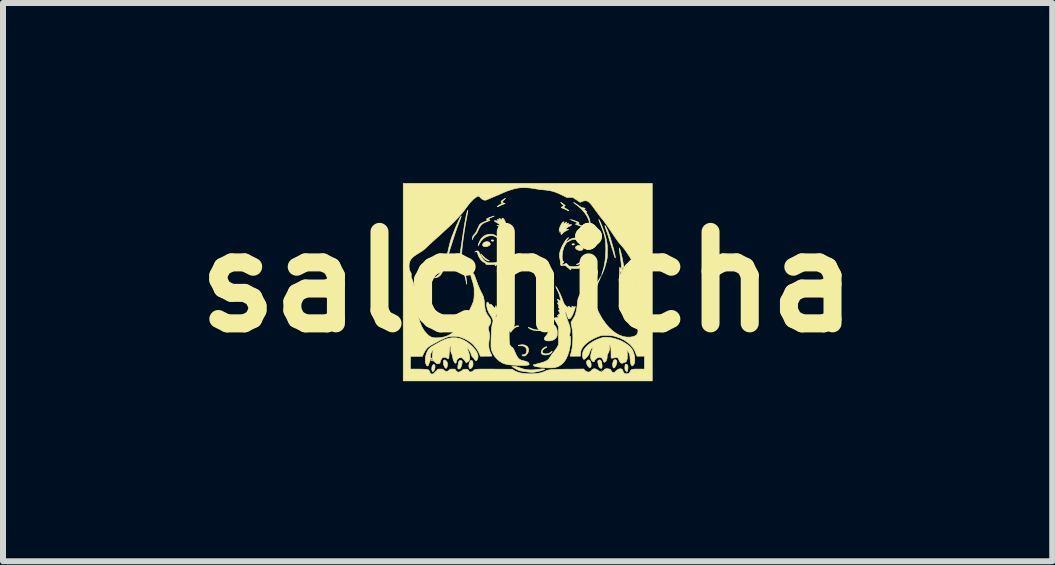
<source format=kicad_pcb>
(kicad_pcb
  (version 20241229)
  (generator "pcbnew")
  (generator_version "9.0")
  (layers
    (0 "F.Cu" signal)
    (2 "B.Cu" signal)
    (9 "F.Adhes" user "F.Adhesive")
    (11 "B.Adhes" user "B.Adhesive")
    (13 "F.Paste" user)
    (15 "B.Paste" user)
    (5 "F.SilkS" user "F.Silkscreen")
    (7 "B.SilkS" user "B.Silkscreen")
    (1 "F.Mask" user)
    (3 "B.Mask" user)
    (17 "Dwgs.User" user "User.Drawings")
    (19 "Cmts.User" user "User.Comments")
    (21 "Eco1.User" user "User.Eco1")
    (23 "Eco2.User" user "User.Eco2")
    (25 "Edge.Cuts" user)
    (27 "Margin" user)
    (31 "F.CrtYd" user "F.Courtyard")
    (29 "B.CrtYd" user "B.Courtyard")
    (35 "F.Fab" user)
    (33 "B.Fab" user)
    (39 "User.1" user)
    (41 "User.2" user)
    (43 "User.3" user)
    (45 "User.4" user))
  (footprint "salchicha"
    (layer "F.Cu")
    (at 5.74 1.648)
    (property "Reference" "salchicha" (at 0 0 0) (layer "F.SilkS") (effects (font (size 1.524 1.524) (thickness 0.3))))
    (attr through_hole)
    (fp_poly (pts (xy -1.626 1.493) (xy -1.628 1.496) (xy -1.631 1.493) (xy -1.628 1.49) (xy -1.626 1.493)) (stroke (width 0.01) (type solid)) (fill yes) (layer "F.SilkS"))
    (fp_poly (pts (xy -1.547 1.504) (xy -1.549 1.507) (xy -1.552 1.504) (xy -1.549 1.501) (xy -1.547 1.504)) (stroke (width 0.01) (type solid)) (fill yes) (layer "F.SilkS"))
    (fp_poly (pts (xy 0.711 -1.041) (xy 0.708 -1.039) (xy 0.706 -1.041) (xy 0.708 -1.044) (xy 0.711 -1.041)) (stroke (width 0.01) (type solid)) (fill yes) (layer "F.SilkS"))
    (fp_poly (pts (xy 1.225 -0.093) (xy 1.222 -0.09) (xy 1.219 -0.093) (xy 1.222 -0.096) (xy 1.225 -0.093)) (stroke (width 0.01) (type solid)) (fill yes) (layer "F.SilkS"))
    (fp_poly (pts (xy 1.23 -0.104) (xy 1.228 -0.102) (xy 1.225 -0.104) (xy 1.228 -0.107) (xy 1.23 -0.104)) (stroke (width 0.01) (type solid)) (fill yes) (layer "F.SilkS"))
    (fp_poly (pts (xy 1.236 1.482) (xy 1.233 1.484) (xy 1.23 1.482) (xy 1.233 1.479) (xy 1.236 1.482)) (stroke (width 0.01) (type solid)) (fill yes) (layer "F.SilkS"))
    (fp_poly (pts (xy 1.654 1.499) (xy 1.651 1.501) (xy 1.648 1.499) (xy 1.651 1.496) (xy 1.654 1.499)) (stroke (width 0.01) (type solid)) (fill yes) (layer "F.SilkS"))
    (fp_poly (pts (xy 0.776 -0.634) (xy 0.782 -0.63) (xy 0.778 -0.623) (xy 0.768 -0.617) (xy 0.755 -0.615) (xy 0.744 -0.619) (xy 0.742 -0.621) (xy 0.741 -0.63) (xy 0.748 -0.636) (xy 0.761 -0.638) (xy 0.776 -0.634)) (stroke (width 0.01) (type solid)) (fill yes) (layer "F.SilkS"))
    (fp_poly (pts (xy -1.593 1.294) (xy -1.592 1.305) (xy -1.587 1.309) (xy -1.581 1.314) (xy -1.584 1.315) (xy -1.587 1.315) (xy -1.597 1.311) (xy -1.6 1.306) (xy -1.6 1.295) (xy -1.597 1.29) (xy -1.592 1.288) (xy -1.593 1.294)) (stroke (width 0.01) (type solid)) (fill yes) (layer "F.SilkS"))
    (fp_poly (pts (xy -0.571 -0.699) (xy -0.565 -0.692) (xy -0.566 -0.689) (xy -0.572 -0.681) (xy -0.584 -0.679) (xy -0.598 -0.683) (xy -0.601 -0.685) (xy -0.609 -0.692) (xy -0.607 -0.695) (xy -0.599 -0.699) (xy -0.583 -0.702) (xy -0.571 -0.699)) (stroke (width 0.01) (type solid)) (fill yes) (layer "F.SilkS"))
    (fp_poly (pts (xy -1.554 1.375) (xy -1.546 1.387) (xy -1.543 1.397) (xy -1.543 1.43) (xy -1.553 1.462) (xy -1.559 1.474) (xy -1.571 1.489) (xy -1.58 1.493) (xy -1.587 1.488) (xy -1.592 1.476) (xy -1.597 1.449) (xy -1.595 1.422) (xy -1.588 1.399) (xy -1.579 1.384) (xy -1.565 1.374) (xy -1.554 1.375)) (stroke (width 0.01) (type solid)) (fill yes) (layer "F.SilkS"))
    (fp_poly (pts (xy -0.739 -0.428) (xy -0.718 -0.409) (xy -0.695 -0.39) (xy -0.675 -0.375) (xy -0.67 -0.373) (xy -0.654 -0.363) (xy -0.642 -0.356) (xy -0.638 -0.352) (xy -0.639 -0.351) (xy -0.645 -0.352) (xy -0.658 -0.355) (xy -0.662 -0.356) (xy -0.692 -0.366) (xy -0.717 -0.382) (xy -0.739 -0.406) (xy -0.76 -0.437) (xy -0.776 -0.466) (xy -0.739 -0.428)) (stroke (width 0.01) (type solid)) (fill yes) (layer "F.SilkS"))
    (fp_poly (pts (xy -1.371 1.304) (xy -1.362 1.309) (xy -1.346 1.326) (xy -1.336 1.349) (xy -1.334 1.378) (xy -1.34 1.41) (xy -1.344 1.424) (xy -1.352 1.436) (xy -1.362 1.438) (xy -1.374 1.429) (xy -1.386 1.41) (xy -1.396 1.387) (xy -1.402 1.362) (xy -1.404 1.339) (xy -1.403 1.319) (xy -1.397 1.307) (xy -1.389 1.3) (xy -1.382 1.299) (xy -1.371 1.304)) (stroke (width 0.01) (type solid)) (fill yes) (layer "F.SilkS"))
    (fp_poly (pts (xy 0.881 -0.605) (xy 0.901 -0.593) (xy 0.917 -0.577) (xy 0.925 -0.558) (xy 0.925 -0.553) (xy 0.921 -0.54) (xy 0.908 -0.531) (xy 0.889 -0.526) (xy 0.867 -0.526) (xy 0.844 -0.53) (xy 0.828 -0.537) (xy 0.809 -0.551) (xy 0.799 -0.566) (xy 0.799 -0.581) (xy 0.807 -0.592) (xy 0.823 -0.601) (xy 0.843 -0.608) (xy 0.859 -0.61) (xy 0.881 -0.605)) (stroke (width 0.01) (type solid)) (fill yes) (layer "F.SilkS"))
    (fp_poly (pts (xy 0.94 -0.38) (xy 0.933 -0.364) (xy 0.931 -0.362) (xy 0.912 -0.335) (xy 0.885 -0.312) (xy 0.853 -0.297) (xy 0.85 -0.296) (xy 0.828 -0.29) (xy 0.816 -0.288) (xy 0.814 -0.29) (xy 0.823 -0.297) (xy 0.839 -0.305) (xy 0.87 -0.324) (xy 0.903 -0.353) (xy 0.908 -0.358) (xy 0.926 -0.376) (xy 0.937 -0.386) (xy 0.941 -0.387) (xy 0.94 -0.38)) (stroke (width 0.01) (type solid)) (fill yes) (layer "F.SilkS"))
    (fp_poly (pts (xy 1.031 1.303) (xy 1.042 1.317) (xy 1.051 1.337) (xy 1.057 1.36) (xy 1.059 1.383) (xy 1.057 1.404) (xy 1.056 1.408) (xy 1.048 1.423) (xy 1.037 1.427) (xy 1.024 1.421) (xy 1.015 1.413) (xy 0.997 1.389) (xy 0.986 1.365) (xy 0.982 1.342) (xy 0.984 1.322) (xy 0.994 1.307) (xy 1.01 1.299) (xy 1.02 1.298) (xy 1.031 1.303)) (stroke (width 0.01) (type solid)) (fill yes) (layer "F.SilkS"))
    (fp_poly (pts (xy 1.467 1.295) (xy 1.481 1.305) (xy 1.482 1.307) (xy 1.488 1.325) (xy 1.486 1.349) (xy 1.476 1.379) (xy 1.473 1.388) (xy 1.459 1.414) (xy 1.447 1.429) (xy 1.436 1.433) (xy 1.427 1.426) (xy 1.423 1.419) (xy 1.418 1.397) (xy 1.417 1.369) (xy 1.421 1.341) (xy 1.43 1.316) (xy 1.438 1.302) (xy 1.452 1.294) (xy 1.467 1.295)) (stroke (width 0.01) (type solid)) (fill yes) (layer "F.SilkS"))
    (fp_poly (pts (xy -0.921 1.315) (xy -0.913 1.33) (xy -0.91 1.35) (xy -0.909 1.372) (xy -0.913 1.395) (xy -0.922 1.416) (xy -0.928 1.425) (xy -0.943 1.44) (xy -0.956 1.444) (xy -0.967 1.439) (xy -0.971 1.433) (xy -0.977 1.414) (xy -0.978 1.389) (xy -0.975 1.363) (xy -0.968 1.34) (xy -0.965 1.333) (xy -0.956 1.318) (xy -0.947 1.309) (xy -0.945 1.307) (xy -0.931 1.307) (xy -0.921 1.315)) (stroke (width 0.01) (type solid)) (fill yes) (layer "F.SilkS"))
    (fp_poly (pts (xy 1.651 1.373) (xy 1.663 1.381) (xy 1.669 1.391) (xy 1.671 1.406) (xy 1.672 1.427) (xy 1.67 1.451) (xy 1.667 1.473) (xy 1.666 1.477) (xy 1.662 1.489) (xy 1.657 1.492) (xy 1.65 1.49) (xy 1.634 1.48) (xy 1.624 1.463) (xy 1.621 1.438) (xy 1.621 1.416) (xy 1.623 1.396) (xy 1.626 1.379) (xy 1.63 1.371) (xy 1.63 1.371) (xy 1.639 1.369) (xy 1.651 1.373)) (stroke (width 0.01) (type solid)) (fill yes) (layer "F.SilkS"))
    (fp_poly (pts (xy -0.645 -0.666) (xy -0.635 -0.658) (xy -0.625 -0.645) (xy -0.621 -0.634) (xy -0.621 -0.633) (xy -0.626 -0.619) (xy -0.64 -0.607) (xy -0.659 -0.597) (xy -0.682 -0.59) (xy -0.704 -0.588) (xy -0.724 -0.59) (xy -0.739 -0.598) (xy -0.739 -0.598) (xy -0.748 -0.609) (xy -0.75 -0.618) (xy -0.746 -0.632) (xy -0.745 -0.635) (xy -0.733 -0.652) (xy -0.714 -0.664) (xy -0.691 -0.671) (xy -0.667 -0.672) (xy -0.645 -0.666)) (stroke (width 0.01) (type solid)) (fill yes) (layer "F.SilkS"))
    (fp_poly (pts (xy 1.215 1.303) (xy 1.226 1.317) (xy 1.229 1.324) (xy 1.235 1.346) (xy 1.239 1.373) (xy 1.241 1.399) (xy 1.241 1.419) (xy 1.24 1.425) (xy 1.233 1.436) (xy 1.221 1.439) (xy 1.206 1.432) (xy 1.2 1.426) (xy 1.188 1.41) (xy 1.18 1.387) (xy 1.173 1.355) (xy 1.171 1.34) (xy 1.169 1.323) (xy 1.171 1.314) (xy 1.176 1.308) (xy 1.181 1.305) (xy 1.2 1.298) (xy 1.215 1.303)) (stroke (width 0.01) (type solid)) (fill yes) (layer "F.SilkS"))
    (fp_poly (pts (xy -1.103 1.309) (xy -1.098 1.313) (xy -1.092 1.321) (xy -1.091 1.332) (xy -1.092 1.35) (xy -1.092 1.354) (xy -1.097 1.38) (xy -1.105 1.405) (xy -1.114 1.427) (xy -1.124 1.441) (xy -1.129 1.445) (xy -1.146 1.45) (xy -1.157 1.447) (xy -1.161 1.441) (xy -1.162 1.43) (xy -1.162 1.411) (xy -1.159 1.387) (xy -1.155 1.363) (xy -1.151 1.342) (xy -1.146 1.326) (xy -1.145 1.324) (xy -1.134 1.31) (xy -1.119 1.305) (xy -1.103 1.309)) (stroke (width 0.01) (type solid)) (fill yes) (layer "F.SilkS"))
    (fp_poly (pts (xy -0.154 0.731) (xy -0.147 0.733) (xy -0.146 0.736) (xy -0.154 0.739) (xy -0.171 0.744) (xy -0.175 0.745) (xy -0.194 0.752) (xy -0.211 0.76) (xy -0.227 0.773) (xy -0.244 0.791) (xy -0.266 0.816) (xy -0.272 0.825) (xy -0.281 0.835) (xy -0.287 0.84) (xy -0.288 0.839) (xy -0.285 0.828) (xy -0.276 0.811) (xy -0.263 0.792) (xy -0.247 0.774) (xy -0.24 0.766) (xy -0.213 0.744) (xy -0.187 0.732) (xy -0.161 0.73) (xy -0.154 0.731)) (stroke (width 0.01) (type solid)) (fill yes) (layer "F.SilkS"))
    (fp_poly (pts (xy -0.37 -1.391) (xy -0.381 -1.38) (xy -0.391 -1.371) (xy -0.409 -1.352) (xy -0.418 -1.339) (xy -0.419 -1.329) (xy -0.41 -1.32) (xy -0.396 -1.314) (xy -0.375 -1.306) (xy -0.409 -1.293) (xy -0.433 -1.284) (xy -0.457 -1.273) (xy -0.469 -1.267) (xy -0.489 -1.258) (xy -0.502 -1.253) (xy -0.507 -1.255) (xy -0.505 -1.259) (xy -0.499 -1.264) (xy -0.486 -1.273) (xy -0.467 -1.284) (xy -0.462 -1.288) (xy -0.421 -1.311) (xy -0.434 -1.322) (xy -0.442 -1.33) (xy -0.443 -1.339) (xy -0.436 -1.349) (xy -0.42 -1.362) (xy -0.408 -1.37) (xy -0.386 -1.385) (xy -0.372 -1.393) (xy -0.367 -1.395) (xy -0.37 -1.391)) (stroke (width 0.01) (type solid)) (fill yes) (layer "F.SilkS"))
    (fp_poly (pts (xy 0.321 1.083) (xy 0.314 1.09) (xy 0.297 1.1) (xy 0.293 1.102) (xy 0.273 1.116) (xy 0.256 1.133) (xy 0.246 1.15) (xy 0.243 1.162) (xy 0.246 1.17) (xy 0.255 1.182) (xy 0.257 1.183) (xy 0.274 1.193) (xy 0.298 1.197) (xy 0.325 1.196) (xy 0.352 1.189) (xy 0.376 1.178) (xy 0.389 1.168) (xy 0.402 1.156) (xy 0.409 1.153) (xy 0.408 1.159) (xy 0.4 1.173) (xy 0.384 1.191) (xy 0.36 1.204) (xy 0.33 1.213) (xy 0.298 1.216) (xy 0.27 1.214) (xy 0.245 1.205) (xy 0.231 1.191) (xy 0.226 1.171) (xy 0.232 1.147) (xy 0.237 1.134) (xy 0.253 1.113) (xy 0.277 1.094) (xy 0.302 1.082) (xy 0.306 1.081) (xy 0.318 1.08) (xy 0.321 1.083)) (stroke (width 0.01) (type solid)) (fill yes) (layer "F.SilkS"))
    (fp_poly (pts (xy 0.565 -1.32) (xy 0.582 -1.308) (xy 0.598 -1.296) (xy 0.628 -1.273) (xy 0.613 -1.261) (xy 0.597 -1.249) (xy 0.613 -1.238) (xy 0.628 -1.228) (xy 0.647 -1.217) (xy 0.656 -1.212) (xy 0.671 -1.202) (xy 0.683 -1.194) (xy 0.686 -1.191) (xy 0.686 -1.186) (xy 0.679 -1.186) (xy 0.665 -1.192) (xy 0.652 -1.2) (xy 0.634 -1.209) (xy 0.611 -1.219) (xy 0.594 -1.225) (xy 0.576 -1.232) (xy 0.563 -1.238) (xy 0.559 -1.241) (xy 0.563 -1.246) (xy 0.575 -1.252) (xy 0.577 -1.253) (xy 0.59 -1.261) (xy 0.597 -1.268) (xy 0.597 -1.269) (xy 0.595 -1.276) (xy 0.585 -1.289) (xy 0.571 -1.303) (xy 0.569 -1.305) (xy 0.556 -1.319) (xy 0.551 -1.325) (xy 0.554 -1.326) (xy 0.565 -1.32)) (stroke (width 0.01) (type solid)) (fill yes) (layer "F.SilkS"))
    (fp_poly (pts (xy 1.215 -0.08) (xy 1.21 -0.067) (xy 1.203 -0.049) (xy 1.199 -0.041) (xy 1.177 0.007) (xy 1.161 0.048) (xy 1.149 0.083) (xy 1.14 0.114) (xy 1.134 0.145) (xy 1.131 0.176) (xy 1.131 0.183) (xy 1.13 0.217) (xy 1.131 0.244) (xy 1.135 0.268) (xy 1.137 0.276) (xy 1.141 0.295) (xy 1.144 0.309) (xy 1.143 0.315) (xy 1.14 0.312) (xy 1.133 0.301) (xy 1.128 0.29) (xy 1.121 0.27) (xy 1.115 0.245) (xy 1.11 0.219) (xy 1.11 0.219) (xy 1.108 0.188) (xy 1.109 0.158) (xy 1.115 0.126) (xy 1.126 0.092) (xy 1.142 0.053) (xy 1.164 0.008) (xy 1.184 -0.03) (xy 1.197 -0.052) (xy 1.207 -0.07) (xy 1.214 -0.081) (xy 1.217 -0.085) (xy 1.215 -0.08)) (stroke (width 0.01) (type solid)) (fill yes) (layer "F.SilkS"))
    (fp_poly (pts (xy -0.055 1.049) (xy -0.023 1.063) (xy -0.007 1.074) (xy 0.009 1.097) (xy 0.016 1.125) (xy 0.014 1.155) (xy 0.009 1.171) (xy 0.000468 1.187) (xy -0.012 1.204) (xy -0.026 1.218) (xy -0.038 1.228) (xy -0.045 1.23) (xy -0.054 1.232) (xy -0.057 1.233) (xy -0.068 1.233) (xy -0.077 1.231) (xy -0.09 1.223) (xy -0.093 1.217) (xy -0.084 1.214) (xy -0.077 1.214) (xy -0.052 1.211) (xy -0.035 1.201) (xy -0.023 1.183) (xy -0.019 1.173) (xy -0.013 1.141) (xy -0.018 1.114) (xy -0.031 1.091) (xy -0.053 1.074) (xy -0.082 1.064) (xy -0.118 1.062) (xy -0.124 1.062) (xy -0.145 1.063) (xy -0.156 1.062) (xy -0.156 1.058) (xy -0.145 1.054) (xy -0.133 1.051) (xy -0.092 1.045) (xy -0.055 1.049)) (stroke (width 0.01) (type solid)) (fill yes) (layer "F.SilkS"))
    (fp_poly (pts (xy 1.292 -0.938) (xy 1.299 -0.929) (xy 1.308 -0.912) (xy 1.319 -0.89) (xy 1.331 -0.864) (xy 1.34 -0.842) (xy 1.352 -0.811) (xy 1.365 -0.774) (xy 1.378 -0.734) (xy 1.391 -0.691) (xy 1.404 -0.647) (xy 1.417 -0.602) (xy 1.429 -0.56) (xy 1.439 -0.519) (xy 1.448 -0.483) (xy 1.455 -0.451) (xy 1.46 -0.426) (xy 1.462 -0.409) (xy 1.461 -0.401) (xy 1.46 -0.401) (xy 1.457 -0.406) (xy 1.452 -0.42) (xy 1.445 -0.44) (xy 1.436 -0.466) (xy 1.434 -0.473) (xy 1.426 -0.501) (xy 1.415 -0.537) (xy 1.402 -0.577) (xy 1.389 -0.62) (xy 1.377 -0.661) (xy 1.375 -0.666) (xy 1.362 -0.707) (xy 1.349 -0.75) (xy 1.336 -0.791) (xy 1.324 -0.828) (xy 1.313 -0.857) (xy 1.312 -0.86) (xy 1.303 -0.887) (xy 1.296 -0.911) (xy 1.29 -0.928) (xy 1.288 -0.938) (xy 1.289 -0.939) (xy 1.292 -0.938)) (stroke (width 0.01) (type solid)) (fill yes) (layer "F.SilkS"))
    (fp_poly (pts (xy -0.207 1.408) (xy -0.191 1.411) (xy -0.17 1.417) (xy -0.142 1.426) (xy -0.107 1.438) (xy -0.058 1.453) (xy -0.006 1.462) (xy 0.05 1.465) (xy 0.113 1.463) (xy 0.183 1.455) (xy 0.2 1.453) (xy 0.228 1.449) (xy 0.252 1.448) (xy 0.271 1.448) (xy 0.282 1.45) (xy 0.285 1.454) (xy 0.282 1.457) (xy 0.265 1.465) (xy 0.241 1.473) (xy 0.21 1.482) (xy 0.176 1.49) (xy 0.142 1.497) (xy 0.11 1.503) (xy 0.083 1.506) (xy 0.063 1.506) (xy 0.062 1.506) (xy 0.051 1.505) (xy 0.035 1.503) (xy 0.034 1.503) (xy 0.012 1.501) (xy -0.016 1.497) (xy -0.047 1.493) (xy -0.077 1.488) (xy -0.104 1.484) (xy -0.124 1.48) (xy -0.133 1.478) (xy -0.147 1.473) (xy -0.168 1.463) (xy -0.192 1.45) (xy -0.209 1.44) (xy -0.262 1.408) (xy -0.235 1.407) (xy -0.222 1.406) (xy -0.207 1.408)) (stroke (width 0.01) (type solid)) (fill yes) (layer "F.SilkS"))
    (fp_poly (pts (xy 0.774 -1.323) (xy 0.784 -1.317) (xy 0.8 -1.306) (xy 0.815 -1.296) (xy 0.844 -1.276) (xy 0.866 -1.261) (xy 0.883 -1.251) (xy 0.897 -1.244) (xy 0.91 -1.239) (xy 0.924 -1.236) (xy 0.927 -1.235) (xy 0.947 -1.231) (xy 0.958 -1.226) (xy 0.958 -1.222) (xy 0.947 -1.219) (xy 0.944 -1.218) (xy 0.936 -1.217) (xy 0.934 -1.214) (xy 0.94 -1.209) (xy 0.954 -1.199) (xy 0.955 -1.198) (xy 0.972 -1.185) (xy 0.981 -1.175) (xy 0.981 -1.169) (xy 0.977 -1.168) (xy 0.976 -1.164) (xy 0.981 -1.152) (xy 0.99 -1.136) (xy 0.991 -1.133) (xy 1.003 -1.111) (xy 1.014 -1.09) (xy 1.021 -1.075) (xy 1.028 -1.057) (xy 1.034 -1.033) (xy 1.04 -1.005) (xy 1.045 -0.978) (xy 1.048 -0.955) (xy 1.049 -0.939) (xy 1.049 -0.939) (xy 1.047 -0.934) (xy 1.044 -0.939) (xy 1.041 -0.955) (xy 1.039 -0.962) (xy 1.02 -1.029) (xy 0.991 -1.093) (xy 0.951 -1.154) (xy 0.899 -1.213) (xy 0.837 -1.269) (xy 0.8 -1.297) (xy 0.784 -1.31) (xy 0.773 -1.319) (xy 0.768 -1.324) (xy 0.768 -1.324) (xy 0.769 -1.325) (xy 0.774 -1.323)) (stroke (width 0.01) (type solid)) (fill yes) (layer "F.SilkS"))
    (fp_poly (pts (xy 1.194 -1.031) (xy 1.198 -1.024) (xy 1.221 -0.977) (xy 1.244 -0.921) (xy 1.266 -0.86) (xy 1.287 -0.798) (xy 1.304 -0.737) (xy 1.314 -0.694) (xy 1.319 -0.667) (xy 1.323 -0.643) (xy 1.326 -0.62) (xy 1.328 -0.595) (xy 1.329 -0.564) (xy 1.329 -0.526) (xy 1.329 -0.516) (xy 1.329 -0.476) (xy 1.328 -0.444) (xy 1.327 -0.418) (xy 1.325 -0.396) (xy 1.321 -0.375) (xy 1.316 -0.352) (xy 1.316 -0.35) (xy 1.305 -0.309) (xy 1.291 -0.261) (xy 1.275 -0.213) (xy 1.257 -0.167) (xy 1.248 -0.145) (xy 1.24 -0.127) (xy 1.235 -0.12) (xy 1.235 -0.121) (xy 1.238 -0.132) (xy 1.244 -0.152) (xy 1.248 -0.162) (xy 1.264 -0.214) (xy 1.278 -0.275) (xy 1.289 -0.343) (xy 1.297 -0.416) (xy 1.302 -0.492) (xy 1.303 -0.569) (xy 1.302 -0.595) (xy 1.3 -0.64) (xy 1.298 -0.679) (xy 1.293 -0.714) (xy 1.287 -0.749) (xy 1.278 -0.784) (xy 1.267 -0.823) (xy 1.251 -0.866) (xy 1.232 -0.916) (xy 1.219 -0.95) (xy 1.205 -0.986) (xy 1.194 -1.013) (xy 1.188 -1.032) (xy 1.186 -1.041) (xy 1.188 -1.041) (xy 1.194 -1.031)) (stroke (width 0.01) (type solid)) (fill yes) (layer "F.SilkS"))
    (fp_poly (pts (xy -1.108 -1.087) (xy -1.111 -1.078) (xy -1.118 -1.06) (xy -1.126 -1.036) (xy -1.137 -1.009) (xy -1.143 -0.993) (xy -1.159 -0.95) (xy -1.178 -0.897) (xy -1.199 -0.837) (xy -1.221 -0.77) (xy -1.244 -0.699) (xy -1.268 -0.625) (xy -1.292 -0.549) (xy -1.306 -0.502) (xy -1.329 -0.428) (xy -1.351 -0.36) (xy -1.371 -0.3) (xy -1.389 -0.248) (xy -1.405 -0.204) (xy -1.419 -0.169) (xy -1.431 -0.145) (xy -1.435 -0.137) (xy -1.459 -0.106) (xy -1.487 -0.085) (xy -1.518 -0.074) (xy -1.537 -0.07) (xy -1.548 -0.068) (xy -1.552 -0.069) (xy -1.552 -0.07) (xy -1.548 -0.074) (xy -1.536 -0.08) (xy -1.532 -0.083) (xy -1.511 -0.096) (xy -1.487 -0.117) (xy -1.463 -0.143) (xy -1.441 -0.172) (xy -1.427 -0.193) (xy -1.409 -0.227) (xy -1.391 -0.27) (xy -1.374 -0.319) (xy -1.359 -0.372) (xy -1.347 -0.418) (xy -1.341 -0.447) (xy -1.332 -0.483) (xy -1.324 -0.523) (xy -1.315 -0.562) (xy -1.312 -0.576) (xy -1.303 -0.613) (xy -1.295 -0.645) (xy -1.287 -0.676) (xy -1.277 -0.707) (xy -1.266 -0.741) (xy -1.252 -0.778) (xy -1.234 -0.822) (xy -1.218 -0.864) (xy -1.199 -0.91) (xy -1.18 -0.954) (xy -1.162 -0.994) (xy -1.146 -1.029) (xy -1.132 -1.057) (xy -1.121 -1.078) (xy -1.115 -1.087) (xy -1.105 -1.098) (xy -1.108 -1.087)) (stroke (width 0.01) (type solid)) (fill yes) (layer "F.SilkS"))
    (fp_poly (pts (xy -0.555 -1.099) (xy -0.559 -1.096) (xy -0.571 -1.09) (xy -0.59 -1.082) (xy -0.598 -1.079) (xy -0.626 -1.067) (xy -0.643 -1.057) (xy -0.651 -1.05) (xy -0.65 -1.043) (xy -0.641 -1.039) (xy -0.631 -1.033) (xy -0.627 -1.028) (xy -0.631 -1.024) (xy -0.645 -1.018) (xy -0.663 -1.011) (xy -0.665 -1.01) (xy -0.708 -0.994) (xy -0.742 -0.976) (xy -0.769 -0.953) (xy -0.792 -0.924) (xy -0.813 -0.887) (xy -0.823 -0.865) (xy -0.834 -0.84) (xy -0.845 -0.819) (xy -0.855 -0.803) (xy -0.86 -0.797) (xy -0.873 -0.784) (xy -0.887 -0.77) (xy -0.887 -0.77) (xy -0.899 -0.755) (xy -0.908 -0.736) (xy -0.911 -0.729) (xy -0.919 -0.703) (xy -0.919 -0.724) (xy -0.917 -0.748) (xy -0.908 -0.77) (xy -0.891 -0.791) (xy -0.887 -0.795) (xy -0.878 -0.804) (xy -0.869 -0.815) (xy -0.86 -0.829) (xy -0.85 -0.849) (xy -0.838 -0.874) (xy -0.823 -0.908) (xy -0.812 -0.93) (xy -0.804 -0.948) (xy -0.794 -0.961) (xy -0.78 -0.973) (xy -0.761 -0.984) (xy -0.734 -0.997) (xy -0.722 -1.002) (xy -0.701 -1.011) (xy -0.684 -1.019) (xy -0.674 -1.023) (xy -0.673 -1.024) (xy -0.674 -1.03) (xy -0.678 -1.038) (xy -0.682 -1.05) (xy -0.68 -1.055) (xy -0.673 -1.058) (xy -0.658 -1.064) (xy -0.638 -1.072) (xy -0.616 -1.08) (xy -0.594 -1.088) (xy -0.575 -1.094) (xy -0.561 -1.098) (xy -0.555 -1.099) (xy -0.555 -1.099)) (stroke (width 0.01) (type solid)) (fill yes) (layer "F.SilkS"))
    (fp_poly (pts (xy -0.995 -1.195) (xy -0.995 -1.191) (xy -0.996 -1.183) (xy -0.998 -1.17) (xy -1.001 -1.15) (xy -1.006 -1.122) (xy -1.013 -1.086) (xy -1.021 -1.04) (xy -1.025 -1.023) (xy -1.042 -0.926) (xy -1.057 -0.831) (xy -1.07 -0.741) (xy -1.081 -0.656) (xy -1.09 -0.578) (xy -1.096 -0.507) (xy -1.1 -0.445) (xy -1.101 -0.404) (xy -1.098 -0.347) (xy -1.089 -0.297) (xy -1.074 -0.248) (xy -1.065 -0.228) (xy -1.056 -0.205) (xy -1.048 -0.185) (xy -1.042 -0.164) (xy -1.037 -0.142) (xy -1.032 -0.114) (xy -1.026 -0.08) (xy -1.022 -0.049) (xy -1.018 -0.016) (xy -1.015 0.01) (xy -1.013 0.028) (xy -1.013 0.038) (xy -1.014 0.038) (xy -1.017 0.029) (xy -1.021 0.009) (xy -1.021 0.008) (xy -1.032 -0.046) (xy -1.045 -0.097) (xy -1.058 -0.145) (xy -1.071 -0.186) (xy -1.081 -0.212) (xy -1.097 -0.252) (xy -1.11 -0.284) (xy -1.119 -0.31) (xy -1.125 -0.332) (xy -1.128 -0.352) (xy -1.13 -0.372) (xy -1.13 -0.392) (xy -1.129 -0.424) (xy -1.126 -0.459) (xy -1.122 -0.491) (xy -1.121 -0.494) (xy -1.118 -0.512) (xy -1.114 -0.54) (xy -1.109 -0.575) (xy -1.102 -0.616) (xy -1.096 -0.66) (xy -1.089 -0.707) (xy -1.087 -0.723) (xy -1.074 -0.808) (xy -1.062 -0.885) (xy -1.051 -0.955) (xy -1.04 -1.018) (xy -1.03 -1.071) (xy -1.021 -1.116) (xy -1.012 -1.151) (xy -1.005 -1.176) (xy -0.999 -1.19) (xy -0.997 -1.193) (xy -0.995 -1.195) (xy -0.995 -1.195)) (stroke (width 0.01) (type solid)) (fill yes) (layer "F.SilkS"))
    (fp_poly (pts (xy 0.437 0.711) (xy 0.453 0.723) (xy 0.467 0.744) (xy 0.476 0.761) (xy 0.485 0.781) (xy 0.49 0.797) (xy 0.493 0.815) (xy 0.494 0.838) (xy 0.494 0.85) (xy 0.494 0.876) (xy 0.492 0.893) (xy 0.489 0.905) (xy 0.484 0.916) (xy 0.477 0.926) (xy 0.452 0.952) (xy 0.421 0.97) (xy 0.382 0.979) (xy 0.361 0.981) (xy 0.335 0.981) (xy 0.316 0.979) (xy 0.3 0.973) (xy 0.299 0.973) (xy 0.284 0.962) (xy 0.277 0.949) (xy 0.28 0.934) (xy 0.293 0.914) (xy 0.304 0.901) (xy 0.324 0.875) (xy 0.337 0.85) (xy 0.339 0.843) (xy 0.343 0.826) (xy 0.343 0.813) (xy 0.338 0.801) (xy 0.335 0.796) (xy 0.326 0.783) (xy 0.315 0.775) (xy 0.313 0.774) (xy 0.303 0.776) (xy 0.286 0.782) (xy 0.265 0.79) (xy 0.262 0.791) (xy 0.243 0.8) (xy 0.227 0.805) (xy 0.21 0.808) (xy 0.19 0.81) (xy 0.167 0.81) (xy 0.115 0.806) (xy 0.071 0.796) (xy 0.036 0.778) (xy 0.022 0.767) (xy 0.014 0.76) (xy 0.011 0.757) (xy 0.014 0.756) (xy 0.023 0.759) (xy 0.042 0.766) (xy 0.062 0.775) (xy 0.09 0.785) (xy 0.111 0.792) (xy 0.129 0.796) (xy 0.149 0.798) (xy 0.169 0.798) (xy 0.19 0.798) (xy 0.209 0.796) (xy 0.226 0.793) (xy 0.244 0.786) (xy 0.266 0.776) (xy 0.293 0.761) (xy 0.328 0.742) (xy 0.328 0.742) (xy 0.365 0.722) (xy 0.394 0.711) (xy 0.417 0.707) (xy 0.437 0.711)) (stroke (width 0.01) (type solid)) (fill yes) (layer "F.SilkS"))
    (fp_poly (pts (xy 0.73 -1.037) (xy 0.747 -1.033) (xy 0.768 -1.026) (xy 0.791 -1.018) (xy 0.814 -1.01) (xy 0.833 -1.002) (xy 0.846 -0.995) (xy 0.848 -0.994) (xy 0.856 -0.985) (xy 0.856 -0.979) (xy 0.853 -0.974) (xy 0.849 -0.968) (xy 0.849 -0.963) (xy 0.855 -0.957) (xy 0.868 -0.95) (xy 0.89 -0.94) (xy 0.902 -0.935) (xy 0.925 -0.925) (xy 0.945 -0.916) (xy 0.959 -0.908) (xy 0.962 -0.907) (xy 0.971 -0.897) (xy 0.981 -0.879) (xy 0.993 -0.854) (xy 0.998 -0.843) (xy 1.014 -0.81) (xy 1.032 -0.778) (xy 1.05 -0.75) (xy 1.052 -0.747) (xy 1.069 -0.724) (xy 1.08 -0.709) (xy 1.087 -0.698) (xy 1.091 -0.688) (xy 1.093 -0.678) (xy 1.095 -0.666) (xy 1.095 -0.665) (xy 1.097 -0.646) (xy 1.095 -0.639) (xy 1.091 -0.642) (xy 1.086 -0.657) (xy 1.084 -0.661) (xy 1.075 -0.68) (xy 1.06 -0.702) (xy 1.049 -0.714) (xy 1.029 -0.739) (xy 1.012 -0.768) (xy 0.999 -0.796) (xy 0.987 -0.822) (xy 0.976 -0.846) (xy 0.965 -0.865) (xy 0.961 -0.872) (xy 0.94 -0.894) (xy 0.912 -0.915) (xy 0.878 -0.933) (xy 0.843 -0.946) (xy 0.843 -0.946) (xy 0.818 -0.953) (xy 0.803 -0.958) (xy 0.799 -0.963) (xy 0.803 -0.968) (xy 0.812 -0.972) (xy 0.824 -0.978) (xy 0.83 -0.983) (xy 0.83 -0.983) (xy 0.825 -0.988) (xy 0.812 -0.996) (xy 0.793 -1.006) (xy 0.772 -1.015) (xy 0.75 -1.023) (xy 0.745 -1.025) (xy 0.73 -1.031) (xy 0.722 -1.035) (xy 0.721 -1.037) (xy 0.73 -1.037)) (stroke (width 0.01) (type solid)) (fill yes) (layer "F.SilkS"))
    (fp_poly (pts (xy 0.607 -1.003) (xy 0.603 -0.995) (xy 0.6 -0.99) (xy 0.594 -0.978) (xy 0.596 -0.973) (xy 0.607 -0.976) (xy 0.624 -0.984) (xy 0.642 -0.994) (xy 0.651 -0.998) (xy 0.652 -0.996) (xy 0.647 -0.989) (xy 0.644 -0.984) (xy 0.635 -0.971) (xy 0.634 -0.965) (xy 0.642 -0.965) (xy 0.656 -0.971) (xy 0.673 -0.978) (xy 0.681 -0.979) (xy 0.681 -0.974) (xy 0.677 -0.965) (xy 0.673 -0.955) (xy 0.675 -0.951) (xy 0.686 -0.952) (xy 0.695 -0.955) (xy 0.712 -0.958) (xy 0.725 -0.957) (xy 0.732 -0.954) (xy 0.731 -0.949) (xy 0.725 -0.944) (xy 0.712 -0.936) (xy 0.698 -0.929) (xy 0.675 -0.917) (xy 0.656 -0.903) (xy 0.643 -0.891) (xy 0.638 -0.881) (xy 0.638 -0.881) (xy 0.643 -0.877) (xy 0.655 -0.875) (xy 0.661 -0.875) (xy 0.684 -0.875) (xy 0.645 -0.855) (xy 0.622 -0.842) (xy 0.601 -0.827) (xy 0.585 -0.813) (xy 0.585 -0.813) (xy 0.573 -0.8) (xy 0.564 -0.792) (xy 0.562 -0.79) (xy 0.559 -0.795) (xy 0.555 -0.805) (xy 0.554 -0.821) (xy 0.555 -0.836) (xy 0.556 -0.849) (xy 0.553 -0.851) (xy 0.545 -0.844) (xy 0.54 -0.837) (xy 0.534 -0.829) (xy 0.533 -0.83) (xy 0.533 -0.833) (xy 0.537 -0.847) (xy 0.54 -0.861) (xy 0.541 -0.871) (xy 0.539 -0.872) (xy 0.536 -0.868) (xy 0.529 -0.859) (xy 0.525 -0.859) (xy 0.525 -0.869) (xy 0.529 -0.887) (xy 0.53 -0.891) (xy 0.541 -0.92) (xy 0.553 -0.947) (xy 0.567 -0.971) (xy 0.58 -0.989) (xy 0.591 -0.998) (xy 0.603 -1.004) (xy 0.607 -1.003)) (stroke (width 0.01) (type solid)) (fill yes) (layer "F.SilkS"))
    (fp_poly (pts (xy -0.42 -1.063) (xy -0.415 -1.062) (xy -0.402 -1.055) (xy -0.388 -1.036) (xy -0.374 -1.005) (xy -0.358 -0.964) (xy -0.358 -0.963) (xy -0.35 -0.94) (xy -0.346 -0.926) (xy -0.346 -0.921) (xy -0.349 -0.923) (xy -0.356 -0.931) (xy -0.356 -0.931) (xy -0.368 -0.945) (xy -0.365 -0.929) (xy -0.361 -0.911) (xy -0.358 -0.897) (xy -0.357 -0.89) (xy -0.359 -0.89) (xy -0.365 -0.9) (xy -0.366 -0.902) (xy -0.374 -0.913) (xy -0.379 -0.92) (xy -0.38 -0.92) (xy -0.381 -0.915) (xy -0.381 -0.902) (xy -0.381 -0.891) (xy -0.382 -0.874) (xy -0.385 -0.863) (xy -0.387 -0.86) (xy -0.394 -0.862) (xy -0.405 -0.871) (xy -0.415 -0.881) (xy -0.432 -0.896) (xy -0.454 -0.912) (xy -0.474 -0.923) (xy -0.511 -0.942) (xy -0.484 -0.939) (xy -0.466 -0.938) (xy -0.458 -0.94) (xy -0.457 -0.941) (xy -0.462 -0.95) (xy -0.474 -0.961) (xy -0.491 -0.975) (xy -0.51 -0.988) (xy -0.525 -0.996) (xy -0.541 -1.005) (xy -0.551 -1.012) (xy -0.553 -1.015) (xy -0.551 -1.022) (xy -0.542 -1.023) (xy -0.524 -1.02) (xy -0.52 -1.019) (xy -0.505 -1.014) (xy -0.494 -1.013) (xy -0.492 -1.013) (xy -0.494 -1.019) (xy -0.499 -1.029) (xy -0.5 -1.03) (xy -0.505 -1.04) (xy -0.502 -1.044) (xy -0.49 -1.041) (xy -0.479 -1.035) (xy -0.465 -1.03) (xy -0.459 -1.031) (xy -0.462 -1.039) (xy -0.469 -1.047) (xy -0.477 -1.056) (xy -0.477 -1.06) (xy -0.47 -1.058) (xy -0.454 -1.051) (xy -0.446 -1.047) (xy -0.427 -1.038) (xy -0.417 -1.034) (xy -0.414 -1.036) (xy -0.417 -1.043) (xy -0.42 -1.047) (xy -0.427 -1.059) (xy -0.427 -1.064) (xy -0.42 -1.063)) (stroke (width 0.01) (type solid)) (fill yes) (layer "F.SilkS"))
    (fp_poly (pts (xy 1.541 -0.537) (xy 1.548 -0.514) (xy 1.557 -0.481) (xy 1.566 -0.443) (xy 1.576 -0.4) (xy 1.584 -0.356) (xy 1.592 -0.313) (xy 1.598 -0.282) (xy 1.601 -0.261) (xy 1.602 -0.247) (xy 1.602 -0.24) (xy 1.6 -0.239) (xy 1.596 -0.241) (xy 1.595 -0.242) (xy 1.587 -0.246) (xy 1.582 -0.24) (xy 1.579 -0.226) (xy 1.579 -0.201) (xy 1.579 -0.188) (xy 1.579 -0.166) (xy 1.579 -0.15) (xy 1.578 -0.142) (xy 1.577 -0.141) (xy 1.574 -0.146) (xy 1.568 -0.157) (xy 1.567 -0.161) (xy 1.559 -0.176) (xy 1.552 -0.18) (xy 1.547 -0.174) (xy 1.544 -0.156) (xy 1.542 -0.127) (xy 1.541 -0.087) (xy 1.542 -0.036) (xy 1.543 -0.023) (xy 1.546 0.058) (xy 1.55 0.127) (xy 1.556 0.185) (xy 1.563 0.231) (xy 1.57 0.265) (xy 1.585 0.31) (xy 1.607 0.358) (xy 1.633 0.405) (xy 1.655 0.437) (xy 1.669 0.457) (xy 1.677 0.471) (xy 1.68 0.477) (xy 1.676 0.476) (xy 1.666 0.467) (xy 1.66 0.46) (xy 1.644 0.44) (xy 1.625 0.413) (xy 1.605 0.383) (xy 1.587 0.354) (xy 1.573 0.33) (xy 1.565 0.312) (xy 1.558 0.296) (xy 1.552 0.28) (xy 1.548 0.261) (xy 1.544 0.24) (xy 1.541 0.214) (xy 1.539 0.183) (xy 1.537 0.144) (xy 1.536 0.096) (xy 1.535 0.06) (xy 1.533 -0.017) (xy 1.531 -0.082) (xy 1.531 -0.136) (xy 1.531 -0.18) (xy 1.532 -0.212) (xy 1.533 -0.233) (xy 1.535 -0.244) (xy 1.538 -0.243) (xy 1.539 -0.242) (xy 1.548 -0.227) (xy 1.554 -0.223) (xy 1.559 -0.229) (xy 1.562 -0.244) (xy 1.563 -0.268) (xy 1.561 -0.295) (xy 1.559 -0.317) (xy 1.555 -0.347) (xy 1.551 -0.382) (xy 1.546 -0.418) (xy 1.543 -0.433) (xy 1.539 -0.466) (xy 1.535 -0.496) (xy 1.532 -0.522) (xy 1.53 -0.54) (xy 1.53 -0.546) (xy 1.53 -0.567) (xy 1.541 -0.537)) (stroke (width 0.01) (type solid)) (fill yes) (layer "F.SilkS"))
    (fp_poly (pts (xy 1.331 0.922) (xy 1.388 0.928) (xy 1.447 0.941) (xy 1.506 0.96) (xy 1.562 0.983) (xy 1.615 1.011) (xy 1.662 1.042) (xy 1.702 1.075) (xy 1.732 1.109) (xy 1.739 1.118) (xy 1.759 1.159) (xy 1.775 1.207) (xy 1.784 1.259) (xy 1.786 1.295) (xy 1.785 1.325) (xy 1.782 1.347) (xy 1.776 1.364) (xy 1.766 1.379) (xy 1.759 1.387) (xy 1.748 1.397) (xy 1.74 1.398) (xy 1.732 1.389) (xy 1.73 1.386) (xy 1.722 1.371) (xy 1.716 1.352) (xy 1.712 1.327) (xy 1.709 1.293) (xy 1.707 1.273) (xy 1.705 1.24) (xy 1.701 1.216) (xy 1.696 1.196) (xy 1.687 1.177) (xy 1.674 1.157) (xy 1.672 1.154) (xy 1.653 1.126) (xy 1.658 1.151) (xy 1.66 1.169) (xy 1.661 1.193) (xy 1.662 1.22) (xy 1.662 1.23) (xy 1.662 1.257) (xy 1.66 1.276) (xy 1.657 1.289) (xy 1.652 1.301) (xy 1.65 1.304) (xy 1.643 1.318) (xy 1.641 1.327) (xy 1.641 1.329) (xy 1.641 1.332) (xy 1.64 1.332) (xy 1.632 1.333) (xy 1.618 1.338) (xy 1.609 1.342) (xy 1.584 1.352) (xy 1.565 1.354) (xy 1.55 1.346) (xy 1.536 1.33) (xy 1.524 1.303) (xy 1.512 1.278) (xy 1.5 1.263) (xy 1.485 1.257) (xy 1.465 1.258) (xy 1.451 1.262) (xy 1.431 1.267) (xy 1.414 1.269) (xy 1.406 1.269) (xy 1.391 1.267) (xy 1.391 1.188) (xy 1.39 1.149) (xy 1.388 1.114) (xy 1.384 1.085) (xy 1.379 1.063) (xy 1.374 1.05) (xy 1.372 1.047) (xy 1.37 1.051) (xy 1.367 1.064) (xy 1.366 1.084) (xy 1.365 1.097) (xy 1.363 1.124) (xy 1.36 1.144) (xy 1.355 1.159) (xy 1.348 1.175) (xy 1.344 1.181) (xy 1.332 1.205) (xy 1.327 1.227) (xy 1.326 1.24) (xy 1.324 1.269) (xy 1.317 1.296) (xy 1.306 1.318) (xy 1.293 1.332) (xy 1.278 1.338) (xy 1.278 1.338) (xy 1.272 1.333) (xy 1.266 1.32) (xy 1.262 1.311) (xy 1.248 1.282) (xy 1.23 1.262) (xy 1.209 1.254) (xy 1.183 1.256) (xy 1.163 1.264) (xy 1.146 1.275) (xy 1.13 1.29) (xy 1.118 1.304) (xy 1.112 1.316) (xy 1.112 1.318) (xy 1.109 1.328) (xy 1.1 1.33) (xy 1.088 1.325) (xy 1.074 1.314) (xy 1.062 1.298) (xy 1.061 1.297) (xy 1.052 1.272) (xy 1.05 1.24) (xy 1.055 1.201) (xy 1.066 1.156) (xy 1.083 1.106) (xy 1.083 1.106) (xy 1.096 1.075) (xy 1.078 1.092) (xy 1.063 1.109) (xy 1.05 1.13) (xy 1.038 1.157) (xy 1.028 1.186) (xy 1.02 1.207) (xy 1.01 1.224) (xy 0.996 1.241) (xy 0.98 1.258) (xy 0.961 1.276) (xy 0.946 1.287) (xy 0.938 1.29) (xy 0.937 1.29) (xy 0.926 1.277) (xy 0.919 1.257) (xy 0.915 1.231) (xy 0.916 1.202) (xy 0.92 1.174) (xy 0.924 1.16) (xy 0.941 1.124) (xy 0.969 1.088) (xy 1.005 1.052) (xy 1.048 1.018) (xy 1.098 0.987) (xy 1.152 0.96) (xy 1.209 0.938) (xy 1.221 0.934) (xy 1.245 0.927) (xy 1.264 0.923) (xy 1.283 0.921) (xy 1.305 0.92) (xy 1.331 0.922)) (stroke (width 0.01) (type solid)) (fill yes) (layer "F.SilkS"))
    (fp_poly (pts (xy -0.504 -0.802) (xy -0.486 -0.789) (xy -0.465 -0.766) (xy -0.443 -0.737) (xy -0.422 -0.704) (xy -0.404 -0.669) (xy -0.383 -0.624) (xy -0.368 -0.586) (xy -0.359 -0.553) (xy -0.354 -0.523) (xy -0.355 -0.492) (xy -0.359 -0.46) (xy -0.366 -0.432) (xy -0.373 -0.399) (xy -0.375 -0.373) (xy -0.374 -0.363) (xy -0.373 -0.349) (xy -0.375 -0.341) (xy -0.383 -0.338) (xy -0.387 -0.337) (xy -0.404 -0.337) (xy -0.418 -0.34) (xy -0.431 -0.342) (xy -0.444 -0.339) (xy -0.461 -0.33) (xy -0.483 -0.315) (xy -0.505 -0.296) (xy -0.522 -0.282) (xy -0.534 -0.273) (xy -0.541 -0.268) (xy -0.542 -0.268) (xy -0.539 -0.276) (xy -0.536 -0.282) (xy -0.535 -0.286) (xy -0.536 -0.289) (xy -0.543 -0.29) (xy -0.555 -0.291) (xy -0.576 -0.29) (xy -0.603 -0.289) (xy -0.641 -0.288) (xy -0.669 -0.29) (xy -0.687 -0.293) (xy -0.696 -0.298) (xy -0.697 -0.306) (xy -0.697 -0.306) (xy -0.7 -0.313) (xy -0.712 -0.32) (xy -0.721 -0.324) (xy -0.753 -0.344) (xy -0.783 -0.374) (xy -0.808 -0.414) (xy -0.829 -0.464) (xy -0.832 -0.473) (xy -0.84 -0.494) (xy -0.849 -0.504) (xy -0.859 -0.506) (xy -0.87 -0.502) (xy -0.879 -0.498) (xy -0.879 -0.5) (xy -0.872 -0.505) (xy -0.854 -0.515) (xy -0.837 -0.518) (xy -0.825 -0.515) (xy -0.819 -0.509) (xy -0.809 -0.494) (xy -0.797 -0.473) (xy -0.785 -0.451) (xy -0.765 -0.416) (xy -0.749 -0.389) (xy -0.735 -0.369) (xy -0.721 -0.355) (xy -0.705 -0.343) (xy -0.689 -0.335) (xy -0.674 -0.328) (xy -0.66 -0.323) (xy -0.645 -0.32) (xy -0.625 -0.319) (xy -0.597 -0.319) (xy -0.595 -0.319) (xy -0.559 -0.32) (xy -0.532 -0.323) (xy -0.513 -0.33) (xy -0.499 -0.34) (xy -0.489 -0.354) (xy -0.489 -0.355) (xy -0.478 -0.37) (xy -0.466 -0.375) (xy -0.45 -0.369) (xy -0.441 -0.364) (xy -0.425 -0.355) (xy -0.41 -0.35) (xy -0.399 -0.351) (xy -0.395 -0.357) (xy -0.399 -0.364) (xy -0.409 -0.375) (xy -0.413 -0.378) (xy -0.431 -0.393) (xy -0.416 -0.412) (xy -0.403 -0.435) (xy -0.4 -0.451) (xy -0.402 -0.525) (xy -0.414 -0.594) (xy -0.433 -0.652) (xy -0.442 -0.671) (xy -0.453 -0.691) (xy -0.465 -0.709) (xy -0.475 -0.724) (xy -0.484 -0.734) (xy -0.489 -0.736) (xy -0.49 -0.735) (xy -0.495 -0.733) (xy -0.508 -0.739) (xy -0.516 -0.744) (xy -0.548 -0.762) (xy -0.581 -0.771) (xy -0.617 -0.772) (xy -0.619 -0.772) (xy -0.665 -0.763) (xy -0.708 -0.743) (xy -0.746 -0.715) (xy -0.779 -0.678) (xy -0.804 -0.637) (xy -0.813 -0.62) (xy -0.82 -0.608) (xy -0.824 -0.604) (xy -0.824 -0.605) (xy -0.822 -0.619) (xy -0.815 -0.639) (xy -0.805 -0.663) (xy -0.794 -0.687) (xy -0.783 -0.707) (xy -0.779 -0.714) (xy -0.751 -0.746) (xy -0.717 -0.771) (xy -0.679 -0.787) (xy -0.639 -0.796) (xy -0.599 -0.795) (xy -0.561 -0.786) (xy -0.526 -0.767) (xy -0.515 -0.759) (xy -0.502 -0.749) (xy -0.492 -0.743) (xy -0.489 -0.743) (xy -0.483 -0.742) (xy -0.471 -0.737) (xy -0.465 -0.734) (xy -0.453 -0.726) (xy -0.448 -0.725) (xy -0.449 -0.729) (xy -0.45 -0.731) (xy -0.457 -0.741) (xy -0.469 -0.755) (xy -0.484 -0.773) (xy -0.486 -0.776) (xy -0.498 -0.79) (xy -0.505 -0.8) (xy -0.506 -0.803) (xy -0.504 -0.802)) (stroke (width 0.01) (type solid)) (fill yes) (layer "F.SilkS"))
    (fp_poly (pts (xy 0.682 -0.734) (xy 0.673 -0.722) (xy 0.658 -0.705) (xy 0.644 -0.689) (xy 0.633 -0.675) (xy 0.627 -0.667) (xy 0.627 -0.666) (xy 0.631 -0.665) (xy 0.642 -0.669) (xy 0.652 -0.675) (xy 0.666 -0.675) (xy 0.669 -0.672) (xy 0.672 -0.675) (xy 0.669 -0.677) (xy 0.666 -0.675) (xy 0.652 -0.675) (xy 0.658 -0.677) (xy 0.675 -0.688) (xy 0.692 -0.699) (xy 0.695 -0.702) (xy 0.711 -0.711) (xy 0.733 -0.72) (xy 0.75 -0.726) (xy 0.772 -0.731) (xy 0.789 -0.733) (xy 0.809 -0.732) (xy 0.825 -0.729) (xy 0.872 -0.717) (xy 0.911 -0.696) (xy 0.942 -0.667) (xy 0.968 -0.629) (xy 0.973 -0.619) (xy 0.983 -0.596) (xy 0.991 -0.574) (xy 0.996 -0.557) (xy 0.996 -0.556) (xy 0.997 -0.547) (xy 0.996 -0.544) (xy 0.992 -0.549) (xy 0.985 -0.562) (xy 0.974 -0.581) (xy 0.954 -0.616) (xy 0.932 -0.643) (xy 0.907 -0.664) (xy 0.874 -0.683) (xy 0.867 -0.686) (xy 0.823 -0.703) (xy 0.783 -0.71) (xy 0.745 -0.706) (xy 0.708 -0.691) (xy 0.694 -0.683) (xy 0.679 -0.674) (xy 0.669 -0.669) (xy 0.665 -0.669) (xy 0.66 -0.667) (xy 0.65 -0.656) (xy 0.639 -0.641) (xy 0.627 -0.622) (xy 0.616 -0.602) (xy 0.607 -0.584) (xy 0.604 -0.579) (xy 0.593 -0.542) (xy 0.584 -0.502) (xy 0.578 -0.461) (xy 0.576 -0.423) (xy 0.577 -0.39) (xy 0.582 -0.363) (xy 0.584 -0.358) (xy 0.591 -0.346) (xy 0.597 -0.339) (xy 0.598 -0.339) (xy 0.604 -0.336) (xy 0.601 -0.327) (xy 0.59 -0.315) (xy 0.587 -0.312) (xy 0.576 -0.302) (xy 0.57 -0.294) (xy 0.57 -0.293) (xy 0.575 -0.288) (xy 0.586 -0.288) (xy 0.601 -0.292) (xy 0.616 -0.299) (xy 0.617 -0.299) (xy 0.634 -0.308) (xy 0.647 -0.308) (xy 0.658 -0.3) (xy 0.667 -0.289) (xy 0.681 -0.273) (xy 0.7 -0.262) (xy 0.725 -0.256) (xy 0.758 -0.254) (xy 0.786 -0.255) (xy 0.827 -0.26) (xy 0.861 -0.269) (xy 0.888 -0.284) (xy 0.912 -0.306) (xy 0.933 -0.337) (xy 0.951 -0.371) (xy 0.963 -0.395) (xy 0.975 -0.417) (xy 0.985 -0.433) (xy 0.989 -0.439) (xy 1.005 -0.449) (xy 1.025 -0.451) (xy 1.044 -0.446) (xy 1.046 -0.444) (xy 1.051 -0.44) (xy 1.048 -0.438) (xy 1.038 -0.437) (xy 1.029 -0.437) (xy 1.023 -0.434) (xy 1.017 -0.428) (xy 1.011 -0.416) (xy 1.002 -0.396) (xy 0.996 -0.382) (xy 0.977 -0.34) (xy 0.957 -0.308) (xy 0.934 -0.284) (xy 0.907 -0.266) (xy 0.901 -0.262) (xy 0.882 -0.252) (xy 0.873 -0.244) (xy 0.873 -0.24) (xy 0.87 -0.234) (xy 0.857 -0.229) (xy 0.851 -0.228) (xy 0.831 -0.226) (xy 0.804 -0.225) (xy 0.776 -0.225) (xy 0.749 -0.226) (xy 0.729 -0.228) (xy 0.727 -0.229) (xy 0.715 -0.229) (xy 0.711 -0.222) (xy 0.717 -0.211) (xy 0.718 -0.21) (xy 0.722 -0.204) (xy 0.718 -0.203) (xy 0.711 -0.207) (xy 0.698 -0.216) (xy 0.682 -0.23) (xy 0.678 -0.234) (xy 0.651 -0.257) (xy 0.63 -0.272) (xy 0.613 -0.278) (xy 0.601 -0.278) (xy 0.599 -0.277) (xy 0.582 -0.272) (xy 0.565 -0.272) (xy 0.554 -0.278) (xy 0.55 -0.288) (xy 0.548 -0.305) (xy 0.548 -0.314) (xy 0.547 -0.335) (xy 0.543 -0.36) (xy 0.54 -0.378) (xy 0.533 -0.416) (xy 0.531 -0.451) (xy 0.535 -0.487) (xy 0.546 -0.526) (xy 0.563 -0.569) (xy 0.573 -0.59) (xy 0.591 -0.626) (xy 0.611 -0.66) (xy 0.631 -0.69) (xy 0.65 -0.714) (xy 0.664 -0.728) (xy 0.677 -0.737) (xy 0.683 -0.739) (xy 0.682 -0.734)) (stroke (width 0.01) (type solid)) (fill yes) (layer "F.SilkS"))
    (fp_poly (pts (xy -1.189 0.93) (xy -1.132 0.941) (xy -1.075 0.963) (xy -1.018 0.995) (xy -0.963 1.036) (xy -0.909 1.087) (xy -0.908 1.089) (xy -0.872 1.131) (xy -0.846 1.171) (xy -0.83 1.208) (xy -0.825 1.243) (xy -0.83 1.274) (xy -0.835 1.285) (xy -0.844 1.3) (xy -0.852 1.31) (xy -0.855 1.312) (xy -0.866 1.31) (xy -0.878 1.299) (xy -0.889 1.282) (xy -0.899 1.268) (xy -0.912 1.255) (xy -0.913 1.255) (xy -0.928 1.237) (xy -0.937 1.215) (xy -0.948 1.182) (xy -0.964 1.15) (xy -0.981 1.122) (xy -0.986 1.115) (xy -1 1.1) (xy -1.007 1.094) (xy -1.009 1.098) (xy -1.005 1.112) (xy -0.998 1.127) (xy -0.981 1.171) (xy -0.97 1.212) (xy -0.964 1.248) (xy -0.964 1.279) (xy -0.971 1.303) (xy -0.973 1.307) (xy -0.983 1.318) (xy -0.997 1.33) (xy -1.011 1.339) (xy -1.022 1.343) (xy -1.023 1.343) (xy -1.028 1.339) (xy -1.035 1.328) (xy -1.036 1.325) (xy -1.047 1.309) (xy -1.062 1.291) (xy -1.079 1.276) (xy -1.095 1.264) (xy -1.108 1.259) (xy -1.109 1.259) (xy -1.136 1.263) (xy -1.159 1.276) (xy -1.175 1.295) (xy -1.183 1.315) (xy -1.188 1.339) (xy -1.194 1.352) (xy -1.201 1.354) (xy -1.211 1.347) (xy -1.224 1.329) (xy -1.235 1.307) (xy -1.243 1.28) (xy -1.247 1.26) (xy -1.252 1.234) (xy -1.26 1.207) (xy -1.268 1.186) (xy -1.275 1.171) (xy -1.279 1.158) (xy -1.28 1.143) (xy -1.28 1.125) (xy -1.279 1.103) (xy -1.277 1.075) (xy -1.277 1.057) (xy -1.28 1.05) (xy -1.28 1.05) (xy -1.285 1.055) (xy -1.29 1.07) (xy -1.295 1.093) (xy -1.3 1.122) (xy -1.304 1.156) (xy -1.306 1.193) (xy -1.307 1.2) (xy -1.309 1.235) (xy -1.312 1.259) (xy -1.316 1.274) (xy -1.322 1.28) (xy -1.329 1.279) (xy -1.339 1.271) (xy -1.341 1.27) (xy -1.358 1.26) (xy -1.38 1.254) (xy -1.402 1.255) (xy -1.414 1.259) (xy -1.425 1.269) (xy -1.437 1.286) (xy -1.447 1.305) (xy -1.454 1.324) (xy -1.456 1.335) (xy -1.46 1.349) (xy -1.465 1.355) (xy -1.474 1.359) (xy -1.487 1.362) (xy -1.501 1.363) (xy -1.511 1.363) (xy -1.515 1.36) (xy -1.515 1.359) (xy -1.516 1.355) (xy -1.517 1.355) (xy -1.524 1.351) (xy -1.536 1.342) (xy -1.551 1.329) (xy -1.568 1.312) (xy -1.578 1.298) (xy -1.583 1.282) (xy -1.584 1.28) (xy -1.587 1.238) (xy -1.583 1.191) (xy -1.578 1.167) (xy -1.57 1.134) (xy -1.585 1.147) (xy -1.603 1.171) (xy -1.615 1.201) (xy -1.62 1.234) (xy -1.62 1.235) (xy -1.619 1.252) (xy -1.617 1.262) (xy -1.611 1.266) (xy -1.606 1.268) (xy -1.595 1.272) (xy -1.592 1.276) (xy -1.596 1.278) (xy -1.605 1.276) (xy -1.614 1.274) (xy -1.618 1.279) (xy -1.619 1.287) (xy -1.621 1.301) (xy -1.628 1.32) (xy -1.633 1.333) (xy -1.641 1.353) (xy -1.648 1.372) (xy -1.651 1.381) (xy -1.657 1.396) (xy -1.668 1.4) (xy -1.679 1.394) (xy -1.684 1.387) (xy -1.697 1.359) (xy -1.703 1.323) (xy -1.704 1.284) (xy -1.699 1.242) (xy -1.688 1.2) (xy -1.673 1.161) (xy -1.653 1.127) (xy -1.652 1.125) (xy -1.643 1.114) (xy -1.633 1.103) (xy -1.622 1.094) (xy -1.608 1.083) (xy -1.588 1.07) (xy -1.562 1.055) (xy -1.527 1.035) (xy -1.526 1.034) (xy -1.476 1.006) (xy -1.433 0.984) (xy -1.396 0.966) (xy -1.363 0.953) (xy -1.333 0.943) (xy -1.302 0.936) (xy -1.271 0.931) (xy -1.245 0.929) (xy -1.189 0.93)) (stroke (width 0.01) (type solid)) (fill yes) (layer "F.SilkS"))
    (fp_poly (pts (xy -0.275 0.068) (xy -0.304 0.112) (xy -0.323 0.151) (xy -0.332 0.189) (xy -0.332 0.225) (xy -0.331 0.233) (xy -0.327 0.247) (xy -0.318 0.254) (xy -0.307 0.256) (xy -0.288 0.26) (xy -0.288 0.297) (xy -0.289 0.32) (xy -0.293 0.342) (xy -0.296 0.354) (xy -0.302 0.37) (xy -0.301 0.377) (xy -0.294 0.376) (xy -0.289 0.373) (xy -0.274 0.368) (xy -0.267 0.371) (xy -0.266 0.383) (xy -0.272 0.404) (xy -0.284 0.43) (xy -0.294 0.449) (xy -0.304 0.462) (xy -0.314 0.469) (xy -0.327 0.475) (xy -0.342 0.481) (xy -0.352 0.488) (xy -0.354 0.49) (xy -0.351 0.495) (xy -0.339 0.503) (xy -0.321 0.512) (xy -0.319 0.513) (xy -0.299 0.522) (xy -0.288 0.529) (xy -0.284 0.535) (xy -0.283 0.542) (xy -0.284 0.547) (xy -0.286 0.559) (xy -0.281 0.564) (xy -0.273 0.564) (xy -0.262 0.567) (xy -0.256 0.573) (xy -0.257 0.581) (xy -0.261 0.597) (xy -0.267 0.62) (xy -0.276 0.647) (xy -0.28 0.659) (xy -0.307 0.737) (xy -0.307 0.872) (xy -0.307 0.923) (xy -0.306 0.965) (xy -0.304 0.998) (xy -0.301 1.024) (xy -0.296 1.044) (xy -0.288 1.06) (xy -0.278 1.073) (xy -0.265 1.084) (xy -0.25 1.095) (xy -0.241 1.105) (xy -0.23 1.124) (xy -0.217 1.152) (xy -0.209 1.17) (xy -0.191 1.212) (xy -0.173 1.244) (xy -0.156 1.268) (xy -0.136 1.286) (xy -0.114 1.299) (xy -0.086 1.308) (xy -0.068 1.312) (xy -0.033 1.321) (xy -0.008 1.33) (xy 0.009 1.34) (xy 0.02 1.353) (xy 0.025 1.365) (xy 0.026 1.375) (xy 0.017 1.382) (xy 0.016 1.382) (xy 0.001 1.385) (xy -0.023 1.388) (xy -0.054 1.389) (xy -0.09 1.39) (xy -0.129 1.39) (xy -0.169 1.389) (xy -0.186 1.388) (xy -0.239 1.385) (xy -0.283 1.382) (xy -0.318 1.378) (xy -0.347 1.373) (xy -0.372 1.367) (xy -0.394 1.36) (xy -0.415 1.351) (xy -0.422 1.348) (xy -0.467 1.32) (xy -0.509 1.284) (xy -0.546 1.242) (xy -0.575 1.196) (xy -0.597 1.148) (xy -0.604 1.12) (xy -0.607 1.106) (xy -0.609 1.089) (xy -0.61 1.069) (xy -0.61 1.045) (xy -0.61 1.015) (xy -0.609 0.978) (xy -0.608 0.932) (xy -0.606 0.877) (xy -0.605 0.861) (xy -0.603 0.816) (xy -0.601 0.781) (xy -0.598 0.754) (xy -0.595 0.733) (xy -0.592 0.715) (xy -0.588 0.7) (xy -0.588 0.7) (xy -0.582 0.678) (xy -0.577 0.659) (xy -0.576 0.646) (xy -0.58 0.626) (xy -0.591 0.6) (xy -0.608 0.569) (xy -0.629 0.538) (xy -0.648 0.507) (xy -0.663 0.472) (xy -0.674 0.436) (xy -0.681 0.401) (xy -0.682 0.371) (xy -0.678 0.348) (xy -0.671 0.336) (xy -0.662 0.336) (xy -0.653 0.347) (xy -0.649 0.355) (xy -0.642 0.367) (xy -0.635 0.371) (xy -0.626 0.37) (xy -0.617 0.37) (xy -0.608 0.373) (xy -0.598 0.382) (xy -0.583 0.398) (xy -0.581 0.401) (xy -0.567 0.417) (xy -0.555 0.429) (xy -0.548 0.434) (xy -0.547 0.435) (xy -0.543 0.43) (xy -0.537 0.418) (xy -0.535 0.414) (xy -0.527 0.393) (xy -0.523 0.411) (xy -0.519 0.423) (xy -0.515 0.429) (xy -0.514 0.429) (xy -0.509 0.424) (xy -0.499 0.412) (xy -0.485 0.393) (xy -0.469 0.37) (xy -0.452 0.344) (xy -0.435 0.316) (xy -0.429 0.306) (xy -0.418 0.288) (xy -0.409 0.274) (xy -0.403 0.268) (xy -0.403 0.267) (xy -0.402 0.274) (xy -0.405 0.289) (xy -0.411 0.31) (xy -0.418 0.333) (xy -0.427 0.357) (xy -0.429 0.361) (xy -0.437 0.378) (xy -0.448 0.403) (xy -0.462 0.433) (xy -0.478 0.466) (xy -0.494 0.498) (xy -0.509 0.529) (xy -0.522 0.556) (xy -0.532 0.578) (xy -0.538 0.594) (xy -0.541 0.601) (xy -0.54 0.602) (xy -0.535 0.6) (xy -0.526 0.59) (xy -0.513 0.573) (xy -0.499 0.551) (xy -0.483 0.526) (xy -0.468 0.499) (xy -0.454 0.473) (xy -0.454 0.471) (xy -0.443 0.447) (xy -0.43 0.415) (xy -0.415 0.377) (xy -0.4 0.336) (xy -0.385 0.295) (xy -0.381 0.284) (xy -0.364 0.233) (xy -0.349 0.192) (xy -0.336 0.159) (xy -0.324 0.132) (xy -0.313 0.11) (xy -0.302 0.092) (xy -0.289 0.076) (xy -0.276 0.061) (xy -0.248 0.031) (xy -0.275 0.068)) (stroke (width 0.01) (type solid)) (fill yes) (layer "F.SilkS"))
    (fp_poly (pts (xy 0.474 0.079) (xy 0.477 0.082) (xy 0.488 0.097) (xy 0.501 0.121) (xy 0.517 0.15) (xy 0.534 0.183) (xy 0.55 0.217) (xy 0.565 0.25) (xy 0.576 0.28) (xy 0.581 0.294) (xy 0.592 0.324) (xy 0.601 0.346) (xy 0.609 0.363) (xy 0.618 0.377) (xy 0.63 0.39) (xy 0.646 0.406) (xy 0.664 0.422) (xy 0.676 0.431) (xy 0.682 0.432) (xy 0.681 0.425) (xy 0.677 0.418) (xy 0.673 0.407) (xy 0.675 0.403) (xy 0.686 0.407) (xy 0.701 0.415) (xy 0.718 0.423) (xy 0.734 0.428) (xy 0.746 0.429) (xy 0.751 0.425) (xy 0.751 0.425) (xy 0.747 0.419) (xy 0.741 0.41) (xy 0.735 0.404) (xy 0.736 0.402) (xy 0.744 0.405) (xy 0.758 0.412) (xy 0.771 0.417) (xy 0.782 0.415) (xy 0.786 0.413) (xy 0.794 0.408) (xy 0.795 0.412) (xy 0.794 0.421) (xy 0.783 0.46) (xy 0.77 0.498) (xy 0.755 0.534) (xy 0.74 0.565) (xy 0.725 0.589) (xy 0.711 0.605) (xy 0.71 0.606) (xy 0.7 0.613) (xy 0.691 0.615) (xy 0.683 0.611) (xy 0.676 0.602) (xy 0.668 0.585) (xy 0.659 0.56) (xy 0.648 0.525) (xy 0.643 0.508) (xy 0.636 0.488) (xy 0.632 0.477) (xy 0.629 0.476) (xy 0.628 0.482) (xy 0.628 0.482) (xy 0.628 0.503) (xy 0.634 0.533) (xy 0.644 0.57) (xy 0.658 0.615) (xy 0.675 0.661) (xy 0.688 0.696) (xy 0.698 0.722) (xy 0.704 0.744) (xy 0.707 0.764) (xy 0.71 0.784) (xy 0.71 0.788) (xy 0.709 0.84) (xy 0.7 0.885) (xy 0.697 0.894) (xy 0.696 0.901) (xy 0.701 0.9) (xy 0.709 0.902) (xy 0.714 0.914) (xy 0.716 0.934) (xy 0.717 0.961) (xy 0.716 0.992) (xy 0.713 1.028) (xy 0.708 1.067) (xy 0.701 1.106) (xy 0.693 1.145) (xy 0.692 1.148) (xy 0.671 1.216) (xy 0.645 1.274) (xy 0.615 1.323) (xy 0.58 1.362) (xy 0.552 1.383) (xy 0.524 1.401) (xy 0.494 1.414) (xy 0.461 1.423) (xy 0.423 1.429) (xy 0.38 1.431) (xy 0.33 1.43) (xy 0.27 1.426) (xy 0.243 1.423) (xy 0.197 1.418) (xy 0.162 1.413) (xy 0.136 1.409) (xy 0.117 1.403) (xy 0.106 1.398) (xy 0.1 1.391) (xy 0.099 1.39) (xy 0.097 1.382) (xy 0.097 1.38) (xy 0.103 1.378) (xy 0.117 1.375) (xy 0.138 1.37) (xy 0.152 1.366) (xy 0.214 1.35) (xy 0.264 1.335) (xy 0.303 1.319) (xy 0.32 1.31) (xy 0.339 1.297) (xy 0.353 1.282) (xy 0.368 1.261) (xy 0.372 1.255) (xy 0.385 1.235) (xy 0.402 1.209) (xy 0.422 1.183) (xy 0.44 1.16) (xy 0.459 1.135) (xy 0.477 1.11) (xy 0.492 1.088) (xy 0.501 1.072) (xy 0.516 1.041) (xy 0.516 0.748) (xy 0.501 0.717) (xy 0.49 0.696) (xy 0.476 0.67) (xy 0.463 0.649) (xy 0.449 0.626) (xy 0.443 0.611) (xy 0.444 0.602) (xy 0.453 0.597) (xy 0.47 0.596) (xy 0.477 0.595) (xy 0.496 0.595) (xy 0.506 0.593) (xy 0.509 0.59) (xy 0.509 0.584) (xy 0.505 0.572) (xy 0.502 0.568) (xy 0.497 0.559) (xy 0.501 0.555) (xy 0.509 0.556) (xy 0.517 0.558) (xy 0.519 0.552) (xy 0.517 0.546) (xy 0.516 0.536) (xy 0.521 0.534) (xy 0.528 0.535) (xy 0.538 0.535) (xy 0.541 0.528) (xy 0.537 0.515) (xy 0.528 0.5) (xy 0.517 0.481) (xy 0.514 0.469) (xy 0.518 0.465) (xy 0.528 0.466) (xy 0.538 0.468) (xy 0.541 0.464) (xy 0.536 0.454) (xy 0.528 0.443) (xy 0.519 0.429) (xy 0.514 0.418) (xy 0.514 0.41) (xy 0.518 0.408) (xy 0.519 0.409) (xy 0.524 0.41) (xy 0.523 0.402) (xy 0.516 0.386) (xy 0.511 0.377) (xy 0.501 0.36) (xy 0.498 0.351) (xy 0.5 0.347) (xy 0.507 0.348) (xy 0.508 0.348) (xy 0.516 0.35) (xy 0.518 0.348) (xy 0.516 0.34) (xy 0.51 0.325) (xy 0.508 0.321) (xy 0.5 0.3) (xy 0.497 0.289) (xy 0.501 0.286) (xy 0.511 0.292) (xy 0.515 0.295) (xy 0.533 0.308) (xy 0.543 0.313) (xy 0.547 0.311) (xy 0.547 0.3) (xy 0.546 0.284) (xy 0.538 0.246) (xy 0.524 0.2) (xy 0.503 0.148) (xy 0.487 0.116) (xy 0.477 0.094) (xy 0.471 0.081) (xy 0.47 0.076) (xy 0.474 0.079)) (stroke (width 0.01) (type solid)) (fill yes) (layer "F.SilkS"))
    (fp_poly (pts (xy 2.077 1.648) (xy -2.072 1.648) (xy -2.072 -0.277) (xy -1.975 -0.277) (xy -1.974 -0.238) (xy -1.969 -0.206) (xy -1.959 -0.178) (xy -1.949 -0.162) (xy -1.941 -0.147) (xy -1.938 -0.132) (xy -1.938 -0.114) (xy -1.939 -0.111) (xy -1.94 -0.093) (xy -1.938 -0.078) (xy -1.932 -0.061) (xy -1.925 -0.045) (xy -1.917 -0.029) (xy -1.911 -0.013) (xy -1.906 0.005) (xy -1.901 0.026) (xy -1.896 0.051) (xy -1.891 0.083) (xy -1.886 0.121) (xy -1.88 0.168) (xy -1.874 0.22) (xy -1.863 0.31) (xy -1.853 0.39) (xy -1.842 0.461) (xy -1.831 0.523) (xy -1.819 0.578) (xy -1.806 0.627) (xy -1.793 0.671) (xy -1.777 0.71) (xy -1.76 0.747) (xy -1.741 0.781) (xy -1.725 0.807) (xy -1.707 0.831) (xy -1.685 0.856) (xy -1.665 0.877) (xy -1.634 0.902) (xy -1.604 0.918) (xy -1.569 0.928) (xy -1.529 0.931) (xy -1.519 0.931) (xy -1.455 0.928) (xy -1.396 0.917) (xy -1.34 0.899) (xy -1.286 0.873) (xy -1.236 0.838) (xy -1.186 0.793) (xy -1.138 0.74) (xy -1.089 0.676) (xy -1.04 0.601) (xy -1.029 0.582) (xy -1.005 0.541) (xy -0.981 0.497) (xy -0.958 0.452) (xy -0.938 0.41) (xy -0.921 0.371) (xy -0.908 0.338) (xy -0.902 0.319) (xy -0.897 0.299) (xy -0.894 0.278) (xy -0.892 0.255) (xy -0.89 0.227) (xy -0.89 0.191) (xy -0.89 0.181) (xy -0.89 0.149) (xy -0.89 0.123) (xy -0.891 0.102) (xy -0.894 0.081) (xy -0.898 0.06) (xy -0.904 0.037) (xy -0.912 0.008) (xy -0.923 -0.028) (xy -0.932 -0.055) (xy -0.941 -0.087) (xy -0.95 -0.118) (xy -0.957 -0.146) (xy -0.961 -0.169) (xy -0.963 -0.185) (xy -0.962 -0.191) (xy -0.957 -0.189) (xy -0.946 -0.18) (xy -0.931 -0.167) (xy -0.926 -0.163) (xy -0.913 -0.15) (xy -0.902 -0.139) (xy -0.894 -0.128) (xy -0.886 -0.113) (xy -0.878 -0.093) (xy -0.868 -0.065) (xy -0.866 -0.059) (xy -0.845 -0.002) (xy -0.827 0.046) (xy -0.811 0.086) (xy -0.796 0.12) (xy -0.782 0.15) (xy -0.768 0.178) (xy -0.767 0.178) (xy -0.752 0.209) (xy -0.74 0.237) (xy -0.731 0.266) (xy -0.725 0.299) (xy -0.72 0.337) (xy -0.717 0.37) (xy -0.713 0.414) (xy -0.708 0.449) (xy -0.702 0.477) (xy -0.694 0.501) (xy -0.683 0.524) (xy -0.669 0.547) (xy -0.65 0.573) (xy -0.648 0.575) (xy -0.627 0.607) (xy -0.614 0.636) (xy -0.612 0.663) (xy -0.618 0.69) (xy -0.634 0.719) (xy -0.638 0.726) (xy -0.648 0.743) (xy -0.653 0.76) (xy -0.654 0.779) (xy -0.649 0.803) (xy -0.643 0.825) (xy -0.637 0.853) (xy -0.633 0.879) (xy -0.633 0.906) (xy -0.636 0.937) (xy -0.641 0.968) (xy -0.647 1.023) (xy -0.647 1.071) (xy -0.641 1.115) (xy -0.627 1.16) (xy -0.612 1.193) (xy -0.603 1.212) (xy -0.597 1.226) (xy -0.594 1.233) (xy -0.594 1.234) (xy -0.6 1.235) (xy -0.615 1.235) (xy -0.638 1.236) (xy -0.667 1.236) (xy -0.691 1.236) (xy -0.787 1.237) (xy -0.793 1.218) (xy -0.817 1.166) (xy -0.849 1.113) (xy -0.89 1.062) (xy -0.926 1.025) (xy -0.96 0.998) (xy -1.003 0.971) (xy -1.05 0.946) (xy -1.099 0.926) (xy -1.14 0.914) (xy -1.187 0.906) (xy -1.237 0.904) (xy -1.288 0.908) (xy -1.334 0.917) (xy -1.343 0.92) (xy -1.365 0.929) (xy -1.395 0.942) (xy -1.429 0.958) (xy -1.468 0.977) (xy -1.507 0.998) (xy -1.546 1.019) (xy -1.583 1.039) (xy -1.614 1.057) (xy -1.639 1.073) (xy -1.652 1.082) (xy -1.675 1.103) (xy -1.698 1.132) (xy -1.719 1.166) (xy -1.735 1.198) (xy -1.753 1.239) (xy -1.95 1.239) (xy -1.952 1.345) (xy -1.953 1.451) (xy -1.83 1.451) (xy -1.791 1.452) (xy -1.754 1.453) (xy -1.721 1.454) (xy -1.695 1.456) (xy -1.678 1.458) (xy -1.676 1.458) (xy -1.658 1.463) (xy -1.648 1.468) (xy -1.642 1.476) (xy -1.638 1.487) (xy -1.627 1.511) (xy -1.613 1.527) (xy -1.597 1.535) (xy -1.593 1.535) (xy -1.581 1.532) (xy -1.564 1.525) (xy -1.557 1.52) (xy -1.543 1.509) (xy -1.538 1.5) (xy -1.538 1.497) (xy -1.538 1.492) (xy -1.536 1.493) (xy -1.53 1.491) (xy -1.52 1.483) (xy -1.51 1.472) (xy -1.503 1.461) (xy -1.501 1.456) (xy -1.496 1.453) (xy -1.482 1.452) (xy -1.463 1.451) (xy -1.457 1.451) (xy -1.434 1.451) (xy -1.419 1.453) (xy -1.409 1.456) (xy -1.402 1.462) (xy -1.38 1.481) (xy -1.356 1.489) (xy -1.334 1.487) (xy -1.312 1.473) (xy -1.31 1.47) (xy -1.299 1.46) (xy -1.29 1.454) (xy -1.278 1.451) (xy -1.26 1.451) (xy -1.249 1.451) (xy -1.228 1.451) (xy -1.215 1.452) (xy -1.207 1.456) (xy -1.202 1.462) (xy -1.2 1.466) (xy -1.184 1.488) (xy -1.166 1.5) (xy -1.151 1.503) (xy -1.139 1.5) (xy -1.123 1.493) (xy -1.107 1.485) (xy -1.093 1.476) (xy -1.085 1.469) (xy -1.084 1.467) (xy -1.079 1.461) (xy -1.066 1.457) (xy -1.048 1.454) (xy -1.029 1.453) (xy -1.018 1.454) (xy -1.001 1.457) (xy -0.992 1.463) (xy -0.985 1.475) (xy -0.985 1.476) (xy -0.973 1.492) (xy -0.956 1.5) (xy -0.936 1.498) (xy -0.915 1.487) (xy -0.906 1.479) (xy -0.899 1.473) (xy -0.892 1.467) (xy -0.883 1.463) (xy -0.872 1.459) (xy -0.858 1.456) (xy -0.84 1.454) (xy -0.817 1.453) (xy -0.788 1.451) (xy -0.752 1.451) (xy -0.708 1.451) (xy -0.656 1.451) (xy -0.593 1.451) (xy -0.546 1.452) (xy -0.257 1.454) (xy -0.229 1.472) (xy -0.192 1.492) (xy -0.152 1.507) (xy -0.106 1.518) (xy -0.055 1.525) (xy 0.005 1.529) (xy 0.053 1.53) (xy 0.114 1.528) (xy 0.167 1.523) (xy 0.212 1.515) (xy 0.253 1.503) (xy 0.291 1.487) (xy 0.305 1.481) (xy 0.319 1.475) (xy 0.335 1.47) (xy 0.352 1.466) (xy 0.373 1.463) (xy 0.398 1.46) (xy 0.429 1.458) (xy 0.466 1.457) (xy 0.51 1.455) (xy 0.562 1.454) (xy 0.624 1.453) (xy 0.69 1.453) (xy 0.936 1.45) (xy 0.946 1.464) (xy 0.964 1.483) (xy 0.988 1.496) (xy 1.013 1.501) (xy 1.013 1.501) (xy 1.026 1.5) (xy 1.038 1.495) (xy 1.051 1.485) (xy 1.063 1.473) (xy 1.082 1.456) (xy 1.099 1.447) (xy 1.116 1.445) (xy 1.136 1.45) (xy 1.16 1.463) (xy 1.177 1.474) (xy 1.203 1.489) (xy 1.224 1.498) (xy 1.238 1.5) (xy 1.244 1.495) (xy 1.245 1.492) (xy 1.248 1.482) (xy 1.25 1.481) (xy 1.252 1.48) (xy 1.251 1.483) (xy 1.25 1.489) (xy 1.253 1.49) (xy 1.258 1.487) (xy 1.259 1.486) (xy 1.262 1.479) (xy 1.271 1.468) (xy 1.276 1.463) (xy 1.288 1.452) (xy 1.3 1.447) (xy 1.316 1.445) (xy 1.325 1.445) (xy 1.353 1.448) (xy 1.375 1.456) (xy 1.389 1.469) (xy 1.392 1.476) (xy 1.402 1.494) (xy 1.421 1.507) (xy 1.428 1.509) (xy 1.439 1.509) (xy 1.449 1.504) (xy 1.462 1.492) (xy 1.464 1.49) (xy 1.489 1.468) (xy 1.516 1.452) (xy 1.541 1.445) (xy 1.546 1.445) (xy 1.562 1.449) (xy 1.576 1.457) (xy 1.585 1.468) (xy 1.586 1.474) (xy 1.59 1.489) (xy 1.599 1.505) (xy 1.611 1.519) (xy 1.618 1.523) (xy 1.64 1.529) (xy 1.665 1.529) (xy 1.684 1.524) (xy 1.695 1.514) (xy 1.706 1.497) (xy 1.709 1.49) (xy 1.715 1.477) (xy 1.723 1.468) (xy 1.733 1.461) (xy 1.748 1.456) (xy 1.769 1.453) (xy 1.797 1.451) (xy 1.834 1.451) (xy 1.856 1.451) (xy 1.947 1.451) (xy 1.947 1.235) (xy 1.895 1.236) (xy 1.871 1.236) (xy 1.849 1.237) (xy 1.834 1.237) (xy 1.83 1.236) (xy 1.823 1.234) (xy 1.817 1.227) (xy 1.811 1.212) (xy 1.809 1.204) (xy 1.787 1.147) (xy 1.755 1.095) (xy 1.713 1.047) (xy 1.663 1.004) (xy 1.605 0.966) (xy 1.54 0.934) (xy 1.468 0.909) (xy 1.441 0.902) (xy 1.413 0.896) (xy 1.384 0.893) (xy 1.351 0.89) (xy 1.312 0.89) (xy 1.28 0.89) (xy 1.255 0.89) (xy 1.236 0.892) (xy 1.22 0.895) (xy 1.203 0.9) (xy 1.189 0.905) (xy 1.13 0.929) (xy 1.074 0.957) (xy 1.022 0.989) (xy 0.977 1.024) (xy 0.94 1.06) (xy 0.912 1.096) (xy 0.901 1.115) (xy 0.89 1.141) (xy 0.884 1.17) (xy 0.882 1.192) (xy 0.879 1.236) (xy 0.707 1.236) (xy 0.718 1.204) (xy 0.733 1.146) (xy 0.745 1.08) (xy 0.751 1.01) (xy 0.754 0.937) (xy 0.752 0.865) (xy 0.745 0.796) (xy 0.734 0.735) (xy 0.728 0.712) (xy 0.725 0.693) (xy 0.723 0.68) (xy 0.722 0.678) (xy 0.726 0.668) (xy 0.734 0.653) (xy 0.745 0.634) (xy 0.748 0.629) (xy 0.763 0.607) (xy 0.777 0.583) (xy 0.787 0.563) (xy 0.787 0.562) (xy 0.798 0.532) (xy 0.809 0.492) (xy 0.818 0.447) (xy 0.825 0.399) (xy 0.829 0.361) (xy 0.832 0.333) (xy 0.836 0.306) (xy 0.84 0.285) (xy 0.843 0.274) (xy 0.847 0.263) (xy 0.856 0.243) (xy 0.868 0.216) (xy 0.882 0.184) (xy 0.899 0.148) (xy 0.917 0.108) (xy 0.92 0.102) (xy 0.94 0.057) (xy 0.961 0.01) (xy 0.983 -0.037) (xy 1.003 -0.081) (xy 1.02 -0.12) (xy 1.031 -0.145) (xy 1.045 -0.176) (xy 1.058 -0.203) (xy 1.068 -0.224) (xy 1.076 -0.239) (xy 1.081 -0.245) (xy 1.081 -0.245) (xy 1.088 -0.243) (xy 1.103 -0.236) (xy 1.121 -0.225) (xy 1.128 -0.221) (xy 1.148 -0.207) (xy 1.16 -0.197) (xy 1.166 -0.188) (xy 1.168 -0.179) (xy 1.167 -0.159) (xy 1.162 -0.134) (xy 1.153 -0.102) (xy 1.139 -0.063) (xy 1.121 -0.015) (xy 1.12 -0.014) (xy 1.101 0.037) (xy 1.088 0.08) (xy 1.079 0.119) (xy 1.076 0.155) (xy 1.077 0.191) (xy 1.083 0.231) (xy 1.093 0.275) (xy 1.094 0.279) (xy 1.111 0.336) (xy 1.135 0.398) (xy 1.163 0.462) (xy 1.195 0.526) (xy 1.228 0.586) (xy 1.249 0.62) (xy 1.301 0.693) (xy 1.355 0.756) (xy 1.411 0.809) (xy 1.469 0.852) (xy 1.527 0.885) (xy 1.587 0.907) (xy 1.647 0.918) (xy 1.654 0.918) (xy 1.703 0.919) (xy 1.746 0.913) (xy 1.782 0.902) (xy 1.81 0.886) (xy 1.829 0.865) (xy 1.83 0.864) (xy 1.837 0.841) (xy 1.839 0.811) (xy 1.835 0.772) (xy 1.824 0.725) (xy 1.812 0.683) (xy 1.805 0.658) (xy 1.799 0.637) (xy 1.794 0.618) (xy 1.791 0.599) (xy 1.789 0.577) (xy 1.787 0.55) (xy 1.785 0.516) (xy 1.783 0.486) (xy 1.781 0.428) (xy 1.779 0.367) (xy 1.78 0.307) (xy 1.781 0.25) (xy 1.783 0.198) (xy 1.786 0.152) (xy 1.789 0.122) (xy 1.794 0.096) (xy 1.801 0.065) (xy 1.809 0.034) (xy 1.812 0.021) (xy 1.827 -0.036) (xy 1.836 -0.085) (xy 1.838 -0.128) (xy 1.835 -0.167) (xy 1.826 -0.204) (xy 1.811 -0.241) (xy 1.81 -0.243) (xy 1.801 -0.259) (xy 1.787 -0.283) (xy 1.768 -0.313) (xy 1.747 -0.347) (xy 1.724 -0.383) (xy 1.7 -0.42) (xy 1.676 -0.457) (xy 1.654 -0.49) (xy 1.634 -0.519) (xy 1.618 -0.541) (xy 1.611 -0.552) (xy 1.595 -0.571) (xy 1.575 -0.594) (xy 1.554 -0.617) (xy 1.546 -0.626) (xy 1.529 -0.646) (xy 1.508 -0.673) (xy 1.484 -0.706) (xy 1.458 -0.743) (xy 1.432 -0.782) (xy 1.383 -0.855) (xy 1.34 -0.919) (xy 1.301 -0.973) (xy 1.268 -1.018) (xy 1.24 -1.053) (xy 1.23 -1.065) (xy 1.216 -1.081) (xy 1.198 -1.105) (xy 1.176 -1.134) (xy 1.153 -1.166) (xy 1.129 -1.198) (xy 1.123 -1.206) (xy 1.094 -1.247) (xy 1.069 -1.279) (xy 1.049 -1.304) (xy 1.032 -1.322) (xy 1.016 -1.335) (xy 1.002 -1.344) (xy 0.988 -1.349) (xy 0.988 -1.349) (xy 0.966 -1.354) (xy 0.946 -1.353) (xy 0.923 -1.347) (xy 0.908 -1.341) (xy 0.876 -1.328) (xy 0.814 -1.369) (xy 0.751 -1.411) (xy 0.652 -1.409) (xy 0.584 -1.443) (xy 0.523 -1.472) (xy 0.468 -1.495) (xy 0.414 -1.512) (xy 0.358 -1.524) (xy 0.297 -1.532) (xy 0.258 -1.536) (xy 0.221 -1.539) (xy 0.179 -1.545) (xy 0.138 -1.551) (xy 0.107 -1.556) (xy 0.048 -1.566) (xy -0.014 -1.571) (xy -0.075 -1.572) (xy -0.132 -1.569) (xy -0.182 -1.562) (xy -0.186 -1.561) (xy -0.239 -1.548) (xy -0.297 -1.53) (xy -0.356 -1.509) (xy -0.409 -1.487) (xy -0.429 -1.478) (xy -0.458 -1.465) (xy -0.488 -1.451) (xy -0.516 -1.44) (xy -0.531 -1.434) (xy -0.555 -1.424) (xy -0.585 -1.411) (xy -0.615 -1.398) (xy -0.627 -1.393) (xy -0.651 -1.382) (xy -0.673 -1.373) (xy -0.689 -1.366) (xy -0.696 -1.364) (xy -0.721 -1.363) (xy -0.748 -1.374) (xy -0.776 -1.394) (xy -0.785 -1.404) (xy -0.8 -1.419) (xy -0.812 -1.428) (xy -0.823 -1.43) (xy -0.837 -1.426) (xy -0.855 -1.415) (xy -0.872 -1.402) (xy -0.904 -1.378) (xy -0.935 -1.346) (xy -0.969 -1.308) (xy -1.006 -1.26) (xy -1.014 -1.249) (xy -1.041 -1.212) (xy -1.068 -1.177) (xy -1.097 -1.141) (xy -1.128 -1.106) (xy -1.162 -1.069) (xy -1.199 -1.03) (xy -1.24 -0.988) (xy -1.286 -0.943) (xy -1.338 -0.894) (xy -1.396 -0.841) (xy -1.461 -0.781) (xy -1.534 -0.716) (xy -1.555 -0.697) (xy -1.584 -0.671) (xy -1.617 -0.64) (xy -1.65 -0.61) (xy -1.676 -0.584) (xy -1.706 -0.557) (xy -1.732 -0.534) (xy -1.76 -0.514) (xy -1.792 -0.494) (xy -1.811 -0.482) (xy -1.859 -0.452) (xy -1.897 -0.425) (xy -1.926 -0.399) (xy -1.947 -0.372) (xy -1.962 -0.344) (xy -1.971 -0.314) (xy -1.975 -0.279) (xy -1.975 -0.277) (xy -2.072 -0.277) (xy -2.072 -1.643) (xy 2.077 -1.643) (xy 2.077 1.648)) (stroke (width 0.01) (type solid)) (fill yes) (layer "F.SilkS")))
  (gr_rect
    (start -3 -3)
    (end 14.481 6.301)
    (stroke (width 0.1) (type default))
    (fill no)
    (layer "Edge.Cuts")))
</source>
